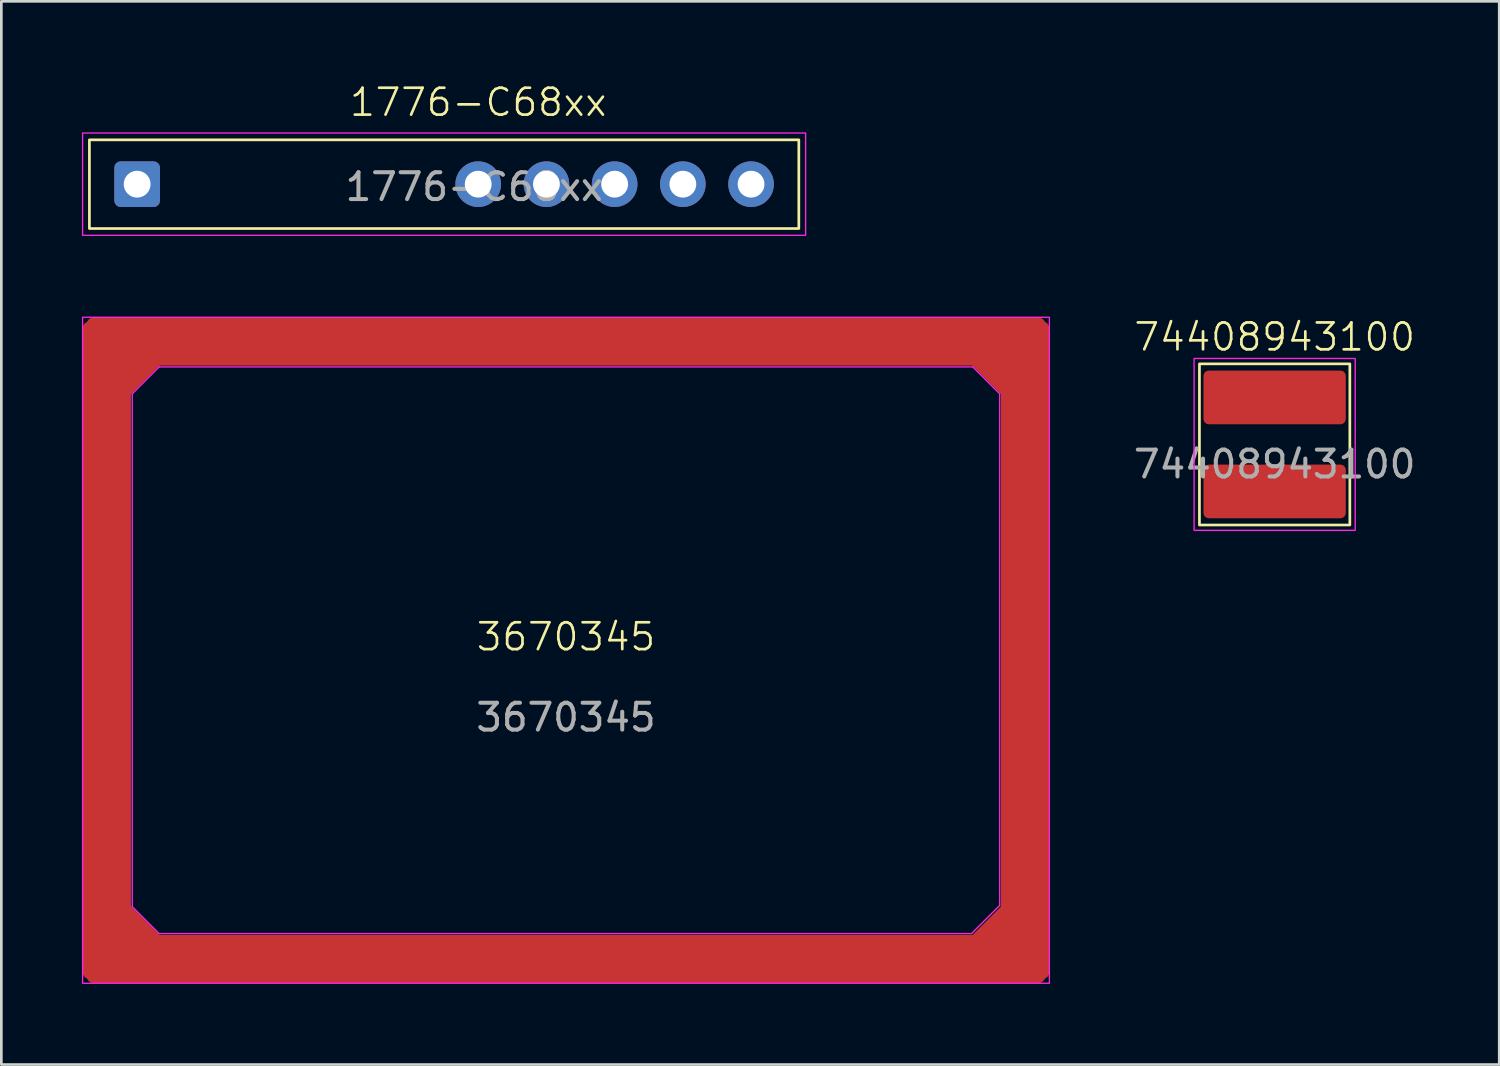
<source format=kicad_pcb>
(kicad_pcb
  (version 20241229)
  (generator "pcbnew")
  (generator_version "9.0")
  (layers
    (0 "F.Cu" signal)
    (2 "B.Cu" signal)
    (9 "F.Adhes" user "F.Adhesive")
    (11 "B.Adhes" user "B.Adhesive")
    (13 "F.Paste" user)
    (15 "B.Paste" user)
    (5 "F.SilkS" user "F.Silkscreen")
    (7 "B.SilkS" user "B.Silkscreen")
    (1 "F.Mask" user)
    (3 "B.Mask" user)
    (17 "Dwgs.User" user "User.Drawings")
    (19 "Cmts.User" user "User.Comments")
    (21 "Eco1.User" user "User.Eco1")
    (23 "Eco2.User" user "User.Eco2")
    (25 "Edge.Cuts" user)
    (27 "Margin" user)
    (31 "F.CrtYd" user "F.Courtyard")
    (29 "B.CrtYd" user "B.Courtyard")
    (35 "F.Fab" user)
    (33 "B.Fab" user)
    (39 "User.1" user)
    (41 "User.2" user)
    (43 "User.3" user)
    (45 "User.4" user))
  (footprint "74408943100"
    (layer "F.Cu")
    (at 44.413 13.499)
    (property "Reference" "74408943100" (at 0 -4 0) (unlocked yes) (layer "F.SilkS") (effects (font (size 1 1) (thickness 0.1))))
    (attr through_hole)
    (fp_rect (start -2.8 -3) (end 2.8 3) (stroke (width 0.1) (type default)) (fill no) (layer "F.SilkS"))
    (fp_rect (start -3 -3.2) (end 3 3.2) (stroke (width 0.05) (type default)) (fill no) (layer "F.CrtYd"))
    (fp_text user "${REFERENCE}" (at 0 0.738 0) (unlocked yes) (layer "F.Fab") (effects (font (size 1 1) (thickness 0.15))))
    (pad "1" smd roundrect (at 0 -1.75) (size 5.3 2) (layers "F.Cu" "F.Mask" "F.Paste") (roundrect_rratio 0.1))
    (pad "2" smd roundrect (at 0 1.75) (size 5.3 2) (layers "F.Cu" "F.Mask" "F.Paste") (roundrect_rratio 0.1)))
  (footprint "1776-C68xx"
    (layer "F.Cu")
    (at 14.757 3.808)
    (property "Reference" "1776-C68xx" (at 0 -3.048 0) (unlocked yes) (layer "F.SilkS") (effects (font (size 1 1) (thickness 0.1))))
    (attr through_hole)
    (fp_rect (start -14.478 -1.651) (end 11.938 1.651) (stroke (width 0.1) (type default)) (fill no) (layer "F.SilkS"))
    (fp_rect (start -14.732 -1.905) (end 12.192 1.905) (stroke (width 0.05) (type default)) (fill no) (layer "F.CrtYd"))
    (fp_text user "${REFERENCE}" (at -0.15 0.1 0) (unlocked yes) (layer "F.Fab") (effects (font (size 1 1) (thickness 0.15))))
    (pad "1" thru_hole roundrect (at -12.7 0) (size 1.7 1.7) (drill 1) (layers "*.Cu" "*.Mask") (roundrect_rratio 0.139))
    (pad "2" thru_hole circle (at 0 0) (size 1.7 1.7) (drill 1) (layers "*.Cu" "*.Mask"))
    (pad "3" thru_hole circle (at 2.54 0) (size 1.7 1.7) (drill 1) (layers "*.Cu" "*.Mask"))
    (pad "4" thru_hole circle (at 5.08 0) (size 1.7 1.7) (drill 1) (layers "*.Cu" "*.Mask"))
    (pad "5" thru_hole circle (at 7.62 0) (size 1.7 1.7) (drill 1) (layers "*.Cu" "*.Mask"))
    (pad "6" thru_hole circle (at 10.16 0) (size 1.7 1.7) (drill 1) (layers "*.Cu" "*.Mask")))
  (footprint "3670345"
    (layer "F.Cu")
    (at 18.025 21.163)
    (property "Reference" "3670345" (at 0 -0.5 0) (unlocked yes) (layer "F.SilkS") (effects (font (size 1 1) (thickness 0.1))))
    (attr smd)
    (fp_line (start -16.15 -9.55) (end -16.15 9.55) (stroke (width 0.05) (type default)) (layer "F.CrtYd"))
    (fp_line (start -16.15 9.55) (end -15.15 10.55) (stroke (width 0.05) (type default)) (layer "F.CrtYd"))
    (fp_line (start -15.15 -10.55) (end -16.15 -9.55) (stroke (width 0.05) (type default)) (layer "F.CrtYd"))
    (fp_line (start -15.15 10.55) (end 15.1 10.55) (stroke (width 0.05) (type default)) (layer "F.CrtYd"))
    (fp_line (start 15.1 10.55) (end 16.15 9.5) (stroke (width 0.05) (type default)) (layer "F.CrtYd"))
    (fp_line (start 15.15 -10.55) (end -15.15 -10.55) (stroke (width 0.05) (type default)) (layer "F.CrtYd"))
    (fp_line (start 16.15 -9.55) (end 15.15 -10.55) (stroke (width 0.05) (type default)) (layer "F.CrtYd"))
    (fp_line (start 16.15 9.5) (end 16.15 -9.55) (stroke (width 0.05) (type default)) (layer "F.CrtYd"))
    (fp_rect (start -18 -12.4) (end 18 12.4) (stroke (width 0.05) (type default)) (fill no) (layer "F.CrtYd"))
    (fp_text user "${REFERENCE}" (at 0 2.5 0) (unlocked yes) (layer "F.Fab") (effects (font (size 1 1) (thickness 0.15))))
    (pad "1" smd roundrect (at -17.1 0 270) (size 24.5 1.8) (layers "F.Cu" "F.Mask" "F.Paste") (roundrect_rratio 0.15))
    (pad "1" smd roundrect (at -16.2 -10.6 45) (size 3.4 1.5) (layers "F.Cu" "F.Mask" "F.Paste") (roundrect_rratio 0.15))
    (pad "1" smd roundrect (at -16.2 10.6 315) (size 3.4 1.5) (layers "F.Cu" "F.Mask" "F.Paste") (roundrect_rratio 0.15))
    (pad "1" smd roundrect (at 0 -11.5 180) (size 35.7 1.8) (layers "F.Cu" "F.Mask" "F.Paste") (roundrect_rratio 0.15))
    (pad "1" smd roundrect (at 0 11.5 180) (size 35.7 1.8) (layers "F.Cu" "F.Mask" "F.Paste") (roundrect_rratio 0.15))
    (pad "1" smd roundrect (at 16.2 -10.6 315) (size 3.4 1.5) (layers "F.Cu" "F.Mask" "F.Paste") (roundrect_rratio 0.15))
    (pad "1" smd roundrect (at 16.2 10.6 45) (size 3.4 1.5) (layers "F.Cu" "F.Mask" "F.Paste") (roundrect_rratio 0.15))
    (pad "1" smd roundrect (at 17.1 0 270) (size 24.5 1.8) (layers "F.Cu" "F.Mask" "F.Paste") (roundrect_rratio 0.15)))
  (gr_rect
    (start -3 -3)
    (end 52.776 36.589)
    (stroke (width 0.1) (type default))
    (fill no)
    (layer "Edge.Cuts")))
</source>
